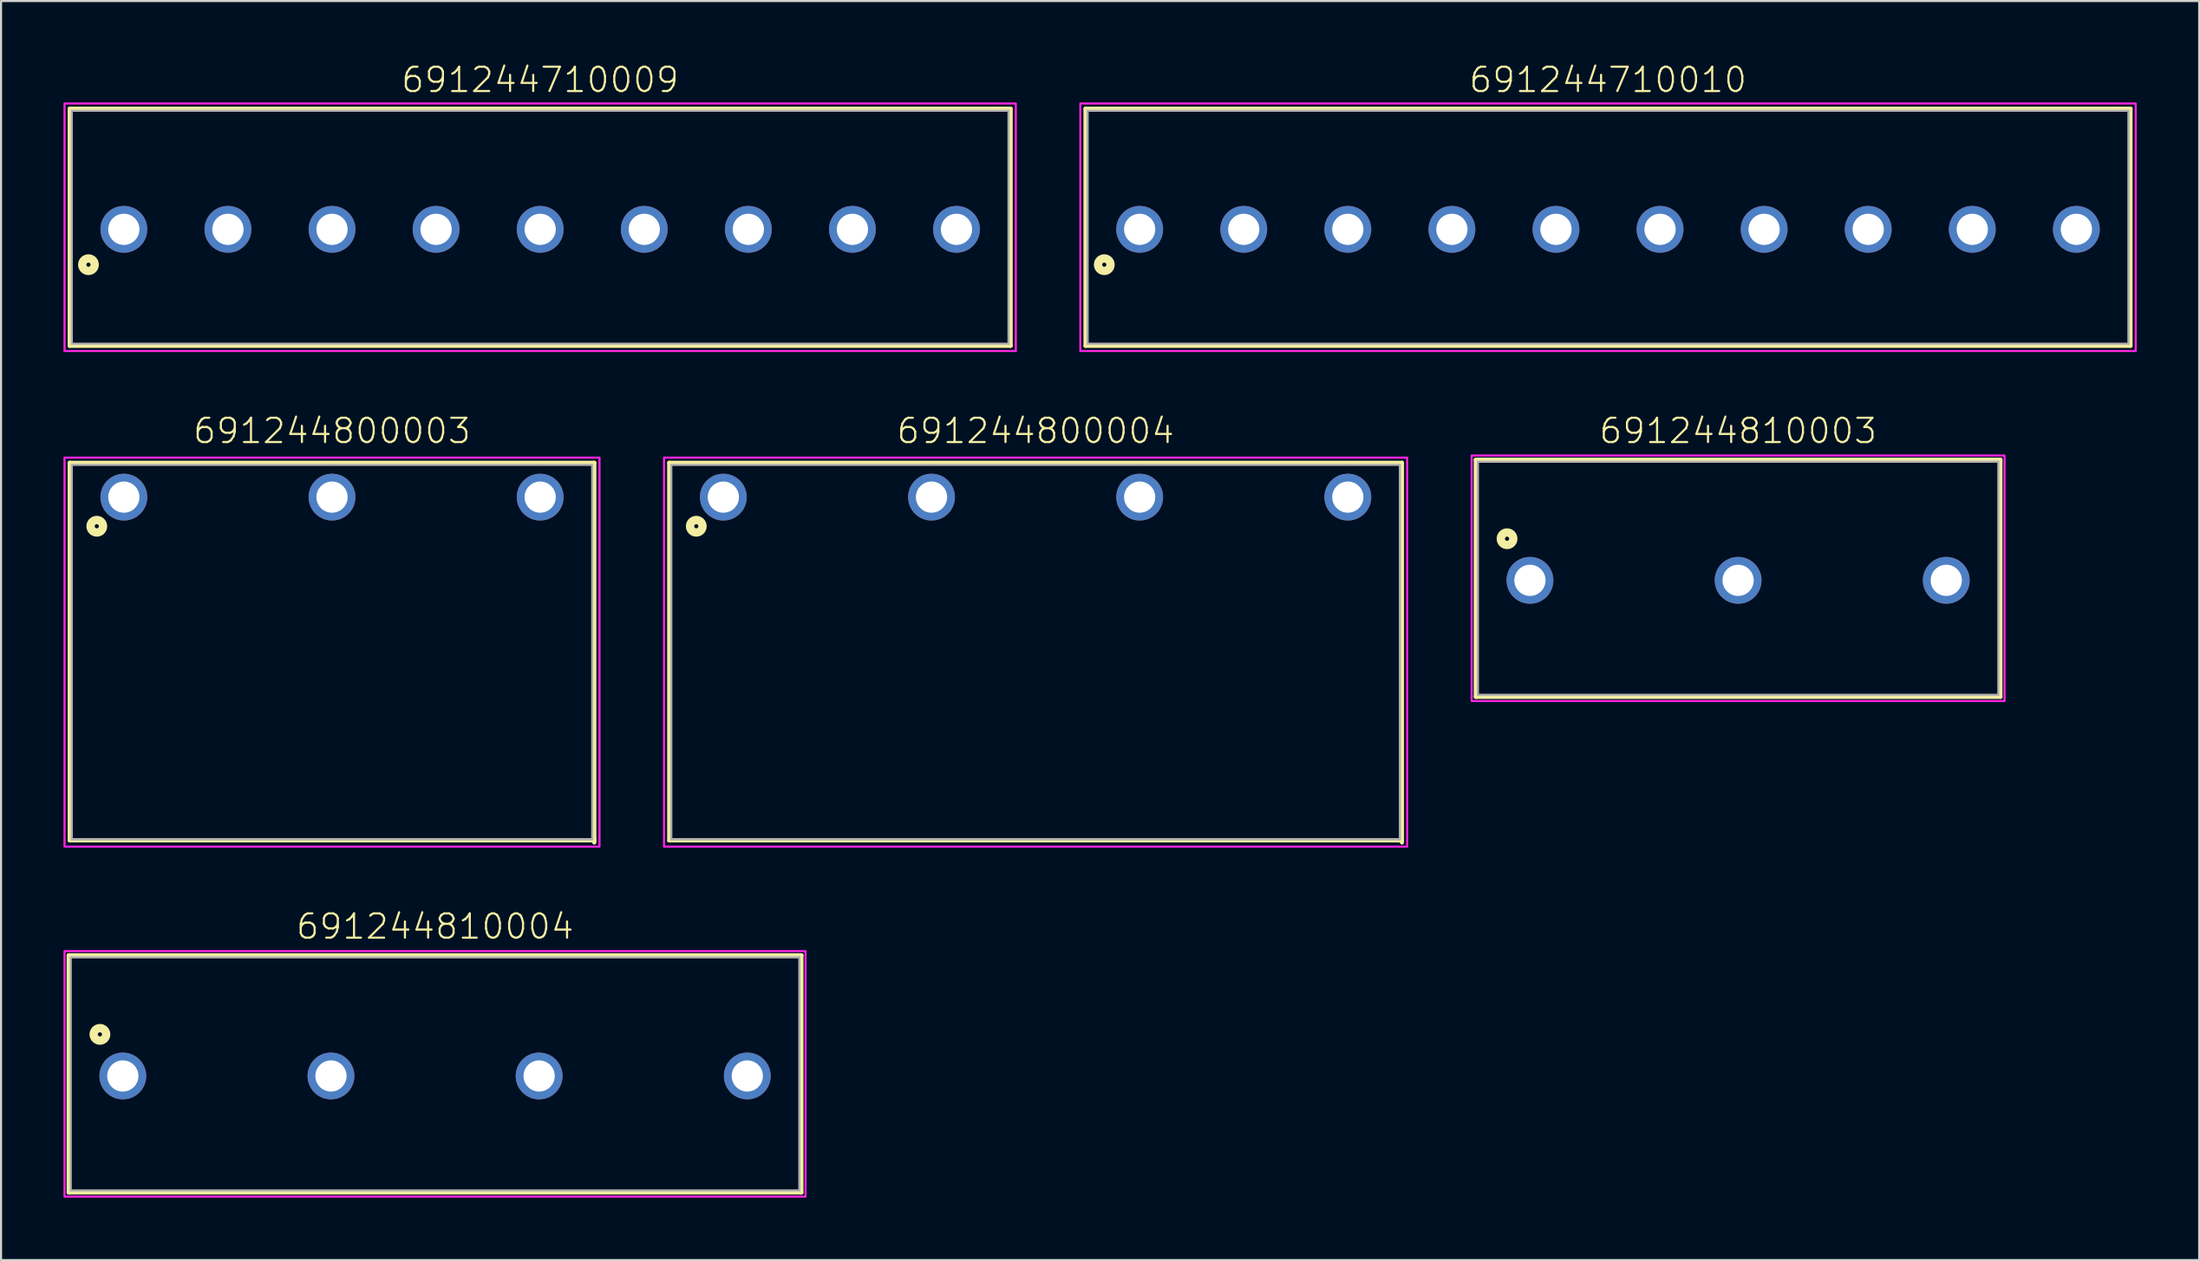
<source format=kicad_pcb>
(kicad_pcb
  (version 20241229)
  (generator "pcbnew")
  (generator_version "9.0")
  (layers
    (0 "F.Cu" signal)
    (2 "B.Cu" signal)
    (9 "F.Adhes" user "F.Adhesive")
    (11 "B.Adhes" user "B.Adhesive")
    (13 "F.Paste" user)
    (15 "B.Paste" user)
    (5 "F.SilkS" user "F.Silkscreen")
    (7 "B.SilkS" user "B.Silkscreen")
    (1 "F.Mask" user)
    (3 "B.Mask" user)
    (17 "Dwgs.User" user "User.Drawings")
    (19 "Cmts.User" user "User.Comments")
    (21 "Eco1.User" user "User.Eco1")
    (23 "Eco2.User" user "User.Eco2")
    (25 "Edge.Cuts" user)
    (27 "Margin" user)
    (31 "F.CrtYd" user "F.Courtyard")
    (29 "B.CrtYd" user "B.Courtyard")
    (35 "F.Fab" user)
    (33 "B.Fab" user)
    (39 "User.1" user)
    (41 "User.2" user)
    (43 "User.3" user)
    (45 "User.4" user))
  (footprint "691244810003"
    (layer "F.Cu")
    (at 80.45 24.846)
    (property "Reference" "691244810003" (at 0 -6.5 0) (unlocked yes) (layer "F.SilkS") (effects (font (size 1.168 1.168) (thickness 0.102)) (justify bottom)))
    (fp_line (start -12.6 -5.8) (end 12.6 -5.8) (stroke (width 0.2) (type solid)) (layer "F.SilkS"))
    (fp_line (start -12.6 5.6) (end -12.6 -5.8) (stroke (width 0.2) (type solid)) (layer "F.SilkS"))
    (fp_line (start 12.6 -5.8) (end 12.6 5.6) (stroke (width 0.2) (type solid)) (layer "F.SilkS"))
    (fp_line (start 12.6 5.6) (end -12.6 5.6) (stroke (width 0.2) (type solid)) (layer "F.SilkS"))
    (fp_circle (center -11.1 -2) (end -11 -2) (stroke (width 0.4) (type solid)) (fill no) (layer "F.SilkS"))
    (fp_poly (pts (xy 12.8 5.8) (xy -12.8 5.8) (xy -12.8 -6) (xy 12.8 -6)) (stroke (width 0.1) (type default)) (fill no) (layer "F.CrtYd"))
    (fp_line (start -12.5 -5.7) (end -12.5 5.5) (stroke (width 0.1) (type solid)) (layer "F.Fab"))
    (fp_line (start -12.5 -5.7) (end 12.5 -5.7) (stroke (width 0.1) (type solid)) (layer "F.Fab"))
    (fp_line (start -12.5 5.5) (end 12.5 5.5) (stroke (width 0.1) (type solid)) (layer "F.Fab"))
    (fp_line (start 12.5 -5.7) (end 12.5 5.5) (stroke (width 0.1) (type solid)) (layer "F.Fab"))
    (pad "1" thru_hole circle (at -10 0) (size 2.25 2.25) (drill 1.5) (layers "*.Cu" "*.Mask"))
    (pad "2" thru_hole circle (at 0 0) (size 2.25 2.25) (drill 1.5) (layers "*.Cu" "*.Mask"))
    (pad "3" thru_hole circle (at 10 0) (size 2.25 2.25) (drill 1.5) (layers "*.Cu" "*.Mask")))
  (footprint "691244710009"
    (layer "F.Cu")
    (at 22.9 7.973)
    (property "Reference" "691244710009" (at 0 -6.5 0) (unlocked yes) (layer "F.SilkS") (effects (font (size 1.168 1.168) (thickness 0.102)) (justify bottom)))
    (fp_line (start -22.6 -5.8) (end 22.6 -5.8) (stroke (width 0.2) (type solid)) (layer "F.SilkS"))
    (fp_line (start -22.6 5.6) (end -22.6 -5.8) (stroke (width 0.2) (type solid)) (layer "F.SilkS"))
    (fp_line (start 22.6 -5.8) (end 22.6 5.6) (stroke (width 0.2) (type solid)) (layer "F.SilkS"))
    (fp_line (start 22.6 5.6) (end -22.6 5.6) (stroke (width 0.2) (type solid)) (layer "F.SilkS"))
    (fp_circle (center -21.7 1.7) (end -21.6 1.7) (stroke (width 0.4) (type solid)) (fill no) (layer "F.SilkS"))
    (fp_poly (pts (xy 22.85 5.85) (xy -22.85 5.85) (xy -22.85 -6.05) (xy 22.85 -6.05)) (stroke (width 0.1) (type default)) (fill no) (layer "F.CrtYd"))
    (fp_line (start -22.5 -5.7) (end -22.5 5.5) (stroke (width 0.1) (type solid)) (layer "F.Fab"))
    (fp_line (start -22.5 -5.7) (end 22.5 -5.7) (stroke (width 0.1) (type solid)) (layer "F.Fab"))
    (fp_line (start -22.5 5.5) (end 22.5 5.5) (stroke (width 0.1) (type solid)) (layer "F.Fab"))
    (fp_line (start 22.5 -5.7) (end 22.5 5.5) (stroke (width 0.1) (type solid)) (layer "F.Fab"))
    (pad "1" thru_hole circle (at -20 0) (size 2.25 2.25) (drill 1.5) (layers "*.Cu" "*.Mask"))
    (pad "2" thru_hole circle (at -15 0) (size 2.25 2.25) (drill 1.5) (layers "*.Cu" "*.Mask"))
    (pad "3" thru_hole circle (at -10 0) (size 2.25 2.25) (drill 1.5) (layers "*.Cu" "*.Mask"))
    (pad "4" thru_hole circle (at -5 0) (size 2.25 2.25) (drill 1.5) (layers "*.Cu" "*.Mask"))
    (pad "5" thru_hole circle (at 0 0) (size 2.25 2.25) (drill 1.5) (layers "*.Cu" "*.Mask"))
    (pad "6" thru_hole circle (at 5 0) (size 2.25 2.25) (drill 1.5) (layers "*.Cu" "*.Mask"))
    (pad "7" thru_hole circle (at 10 0) (size 2.25 2.25) (drill 1.5) (layers "*.Cu" "*.Mask"))
    (pad "8" thru_hole circle (at 15 0) (size 2.25 2.25) (drill 1.5) (layers "*.Cu" "*.Mask"))
    (pad "9" thru_hole circle (at 20 0) (size 2.25 2.25) (drill 1.5) (layers "*.Cu" "*.Mask")))
  (footprint "691244810004"
    (layer "F.Cu")
    (at 17.85 48.67)
    (property "Reference" "691244810004" (at 0 -6.5 0) (unlocked yes) (layer "F.SilkS") (effects (font (size 1.168 1.168) (thickness 0.102)) (justify bottom)))
    (fp_line (start -17.6 -5.8) (end 17.6 -5.8) (stroke (width 0.2) (type solid)) (layer "F.SilkS"))
    (fp_line (start -17.6 5.6) (end -17.6 -5.8) (stroke (width 0.2) (type solid)) (layer "F.SilkS"))
    (fp_line (start 17.6 -5.8) (end 17.6 5.6) (stroke (width 0.2) (type solid)) (layer "F.SilkS"))
    (fp_line (start 17.6 5.6) (end -17.6 5.6) (stroke (width 0.2) (type solid)) (layer "F.SilkS"))
    (fp_circle (center -16.1 -2) (end -16 -2) (stroke (width 0.4) (type solid)) (fill no) (layer "F.SilkS"))
    (fp_poly (pts (xy 17.8 5.8) (xy -17.8 5.8) (xy -17.8 -6) (xy 17.8 -6)) (stroke (width 0.1) (type default)) (fill no) (layer "F.CrtYd"))
    (fp_line (start -17.5 -5.7) (end -17.5 5.5) (stroke (width 0.1) (type solid)) (layer "F.Fab"))
    (fp_line (start -17.5 -5.7) (end 17.5 -5.7) (stroke (width 0.1) (type solid)) (layer "F.Fab"))
    (fp_line (start -17.5 5.5) (end 17.5 5.5) (stroke (width 0.1) (type solid)) (layer "F.Fab"))
    (fp_line (start 17.5 -5.7) (end 17.5 5.5) (stroke (width 0.1) (type solid)) (layer "F.Fab"))
    (pad "1" thru_hole circle (at -15 0) (size 2.25 2.25) (drill 1.5) (layers "*.Cu" "*.Mask"))
    (pad "2" thru_hole circle (at -5 0) (size 2.25 2.25) (drill 1.5) (layers "*.Cu" "*.Mask"))
    (pad "3" thru_hole circle (at 5 0) (size 2.25 2.25) (drill 1.5) (layers "*.Cu" "*.Mask"))
    (pad "4" thru_hole circle (at 15 0) (size 2.25 2.25) (drill 1.5) (layers "*.Cu" "*.Mask")))
  (footprint "691244710010"
    (layer "F.Cu")
    (at 74.2 7.973)
    (property "Reference" "691244710010" (at 0 -6.5 0) (unlocked yes) (layer "F.SilkS") (effects (font (size 1.168 1.168) (thickness 0.102)) (justify bottom)))
    (fp_line (start -25.1 -5.8) (end 25.1 -5.8) (stroke (width 0.2) (type solid)) (layer "F.SilkS"))
    (fp_line (start -25.1 5.6) (end -25.1 -5.8) (stroke (width 0.2) (type solid)) (layer "F.SilkS"))
    (fp_line (start 25.1 -5.8) (end 25.1 5.6) (stroke (width 0.2) (type solid)) (layer "F.SilkS"))
    (fp_line (start 25.1 5.6) (end -25.1 5.6) (stroke (width 0.2) (type solid)) (layer "F.SilkS"))
    (fp_circle (center -24.2 1.7) (end -24.1 1.7) (stroke (width 0.4) (type solid)) (fill no) (layer "F.SilkS"))
    (fp_poly (pts (xy 25.35 5.85) (xy -25.35 5.85) (xy -25.35 -6.05) (xy 25.35 -6.05)) (stroke (width 0.1) (type default)) (fill no) (layer "F.CrtYd"))
    (fp_line (start -25 -5.7) (end -25 5.5) (stroke (width 0.1) (type solid)) (layer "F.Fab"))
    (fp_line (start -25 -5.7) (end 25 -5.7) (stroke (width 0.1) (type solid)) (layer "F.Fab"))
    (fp_line (start -25 5.5) (end 25 5.5) (stroke (width 0.1) (type solid)) (layer "F.Fab"))
    (fp_line (start 25 -5.7) (end 25 5.5) (stroke (width 0.1) (type solid)) (layer "F.Fab"))
    (pad "1" thru_hole circle (at -22.5 0) (size 2.25 2.25) (drill 1.5) (layers "*.Cu" "*.Mask"))
    (pad "2" thru_hole circle (at -17.5 0) (size 2.25 2.25) (drill 1.5) (layers "*.Cu" "*.Mask"))
    (pad "3" thru_hole circle (at -12.5 0) (size 2.25 2.25) (drill 1.5) (layers "*.Cu" "*.Mask"))
    (pad "4" thru_hole circle (at -7.5 0) (size 2.25 2.25) (drill 1.5) (layers "*.Cu" "*.Mask"))
    (pad "5" thru_hole circle (at -2.5 0) (size 2.25 2.25) (drill 1.5) (layers "*.Cu" "*.Mask"))
    (pad "6" thru_hole circle (at 2.5 0) (size 2.25 2.25) (drill 1.5) (layers "*.Cu" "*.Mask"))
    (pad "7" thru_hole circle (at 7.5 0) (size 2.25 2.25) (drill 1.5) (layers "*.Cu" "*.Mask"))
    (pad "8" thru_hole circle (at 12.5 0) (size 2.25 2.25) (drill 1.5) (layers "*.Cu" "*.Mask"))
    (pad "9" thru_hole circle (at 17.5 0) (size 2.25 2.25) (drill 1.5) (layers "*.Cu" "*.Mask"))
    (pad "10" thru_hole circle (at 22.5 0) (size 2.25 2.25) (drill 1.5) (layers "*.Cu" "*.Mask")))
  (footprint "691244800004"
    (layer "F.Cu")
    (at 46.7 20.846)
    (property "Reference" "691244800004" (at 0 -2.5 0) (unlocked yes) (layer "F.SilkS") (effects (font (size 1.168 1.168) (thickness 0.102)) (justify bottom)))
    (fp_line (start -17.6 -1.65) (end 17.6 -1.65) (stroke (width 0.2) (type solid)) (layer "F.SilkS"))
    (fp_line (start -17.6 16.5) (end -17.6 -1.65) (stroke (width 0.2) (type solid)) (layer "F.SilkS"))
    (fp_line (start 17.6 -1.65) (end 17.6 16.5) (stroke (width 0.2) (type solid)) (layer "F.SilkS"))
    (fp_line (start 17.6 16.5) (end -17.6 16.5) (stroke (width 0.2) (type solid)) (layer "F.SilkS"))
    (fp_line (start 17.6 16.6) (end 17.6 16.5) (stroke (width 0.2) (type solid)) (layer "F.SilkS"))
    (fp_circle (center -16.3 1.4) (end -16.2 1.4) (stroke (width 0.4) (type solid)) (fill no) (layer "F.SilkS"))
    (fp_poly (pts (xy 17.85 16.8) (xy -17.85 16.8) (xy -17.85 -1.9) (xy 17.85 -1.9)) (stroke (width 0.1) (type default)) (fill no) (layer "F.CrtYd"))
    (fp_line (start -17.5 16.45) (end -17.5 -1.55) (stroke (width 0.1) (type solid)) (layer "F.Fab"))
    (fp_line (start 17.5 -1.55) (end -17.5 -1.55) (stroke (width 0.1) (type solid)) (layer "F.Fab"))
    (fp_line (start 17.5 16.45) (end -17.5 16.45) (stroke (width 0.1) (type solid)) (layer "F.Fab"))
    (fp_line (start 17.5 16.45) (end 17.5 -1.55) (stroke (width 0.1) (type solid)) (layer "F.Fab"))
    (pad "1" thru_hole circle (at -15 0 180) (size 2.25 2.25) (drill 1.5) (layers "*.Cu" "*.Mask"))
    (pad "2" thru_hole circle (at -5 0 180) (size 2.25 2.25) (drill 1.5) (layers "*.Cu" "*.Mask"))
    (pad "3" thru_hole circle (at 15 0 180) (size 2.25 2.25) (drill 1.5) (layers "*.Cu" "*.Mask"))
    (pad "4" thru_hole circle (at 5 0 180) (size 2.25 2.25) (drill 1.5) (layers "*.Cu" "*.Mask")))
  (footprint "691244800003"
    (layer "F.Cu")
    (at 12.9 20.846)
    (property "Reference" "691244800003" (at 0 -2.5 0) (unlocked yes) (layer "F.SilkS") (effects (font (size 1.168 1.168) (thickness 0.102)) (justify bottom)))
    (fp_line (start -12.6 -1.65) (end 12.6 -1.65) (stroke (width 0.2) (type solid)) (layer "F.SilkS"))
    (fp_line (start -12.6 16.5) (end -12.6 -1.65) (stroke (width 0.2) (type solid)) (layer "F.SilkS"))
    (fp_line (start 12.6 -1.65) (end 12.6 16.5) (stroke (width 0.2) (type solid)) (layer "F.SilkS"))
    (fp_line (start 12.6 16.5) (end -12.6 16.5) (stroke (width 0.2) (type solid)) (layer "F.SilkS"))
    (fp_line (start 12.6 16.6) (end 12.6 16.5) (stroke (width 0.2) (type solid)) (layer "F.SilkS"))
    (fp_circle (center -11.3 1.4) (end -11.2 1.4) (stroke (width 0.4) (type solid)) (fill no) (layer "F.SilkS"))
    (fp_poly (pts (xy 12.85 16.8) (xy -12.85 16.8) (xy -12.85 -1.9) (xy 12.85 -1.9)) (stroke (width 0.1) (type default)) (fill no) (layer "F.CrtYd"))
    (fp_line (start -12.5 16.45) (end -12.5 -1.55) (stroke (width 0.1) (type solid)) (layer "F.Fab"))
    (fp_line (start 12.5 -1.55) (end -12.5 -1.55) (stroke (width 0.1) (type solid)) (layer "F.Fab"))
    (fp_line (start 12.5 16.45) (end -12.5 16.45) (stroke (width 0.1) (type solid)) (layer "F.Fab"))
    (fp_line (start 12.5 16.45) (end 12.5 -1.55) (stroke (width 0.1) (type solid)) (layer "F.Fab"))
    (pad "1" thru_hole circle (at -10 0 180) (size 2.25 2.25) (drill 1.5) (layers "*.Cu" "*.Mask"))
    (pad "2" thru_hole circle (at 0 0 180) (size 2.25 2.25) (drill 1.5) (layers "*.Cu" "*.Mask"))
    (pad "3" thru_hole circle (at 10 0 180) (size 2.25 2.25) (drill 1.5) (layers "*.Cu" "*.Mask")))
  (gr_rect
    (start -3 -3)
    (end 102.6 57.52)
    (stroke (width 0.1) (type default))
    (fill no)
    (layer "Edge.Cuts")))
</source>
